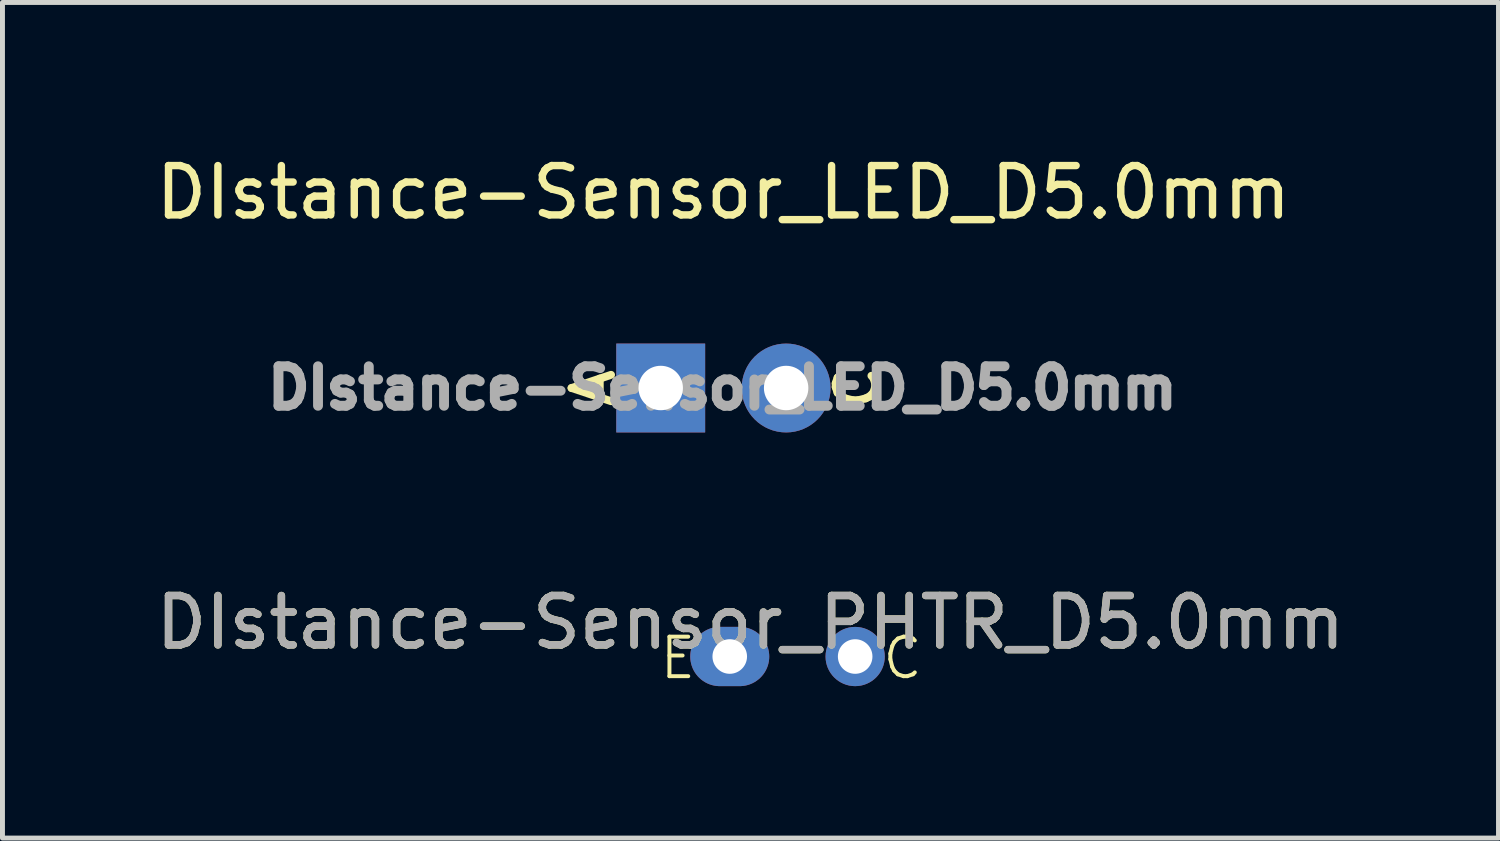
<source format=kicad_pcb>
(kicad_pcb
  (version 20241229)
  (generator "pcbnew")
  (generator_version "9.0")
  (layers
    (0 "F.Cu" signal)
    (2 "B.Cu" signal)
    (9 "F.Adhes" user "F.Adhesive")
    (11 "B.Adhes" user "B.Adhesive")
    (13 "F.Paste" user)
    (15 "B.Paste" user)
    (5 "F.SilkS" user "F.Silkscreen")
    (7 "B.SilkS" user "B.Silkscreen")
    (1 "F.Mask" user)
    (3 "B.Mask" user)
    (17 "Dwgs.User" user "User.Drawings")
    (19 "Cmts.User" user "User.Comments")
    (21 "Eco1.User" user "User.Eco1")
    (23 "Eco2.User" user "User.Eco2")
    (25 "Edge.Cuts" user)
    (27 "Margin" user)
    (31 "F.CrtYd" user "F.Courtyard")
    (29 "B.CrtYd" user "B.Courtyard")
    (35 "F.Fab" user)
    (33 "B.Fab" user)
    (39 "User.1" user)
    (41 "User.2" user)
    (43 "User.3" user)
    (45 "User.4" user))
  (footprint "DIstance-Sensor_PHTR_D5.0mm"
    (layer "F.Cu")
    (at 11.729 10.246)
    (property "Reference" "DIstance-Sensor_PHTR_D5.0mm" (at 0.42 -0.69 0) (layer "F.SilkS") (effects (font (size 1 1) (thickness 0.15))))
    (attr through_hole)
    (fp_text user "C" (at 3.5 0.5 0) (unlocked yes) (layer "F.SilkS") (effects (font (size 0.8 0.8) (thickness 0.08)) (justify bottom)))
    (fp_text user "E" (at -1.05 0.5 0) (unlocked yes) (layer "F.SilkS") (effects (font (size 0.8 0.8) (thickness 0.08)) (justify bottom)))
    (fp_text user "${REFERENCE}" (at 0.42 -0.69 0) (layer "F.Fab") (effects (font (size 1 1) (thickness 0.15))))
    (pad "1" thru_hole oval (at 0 0) (size 1.6 1.2) (drill 0.7) (layers "*.Cu" "*.Mask"))
    (pad "2" thru_hole oval (at 2.54 0) (size 1.2 1.2) (drill 0.7) (layers "*.Cu" "*.Mask")))
  (footprint "DIstance-Sensor_LED_D5.0mm"
    (layer "F.Cu")
    (at 10.331 4.808)
    (property "Reference" "DIstance-Sensor_LED_D5.0mm" (at 1.27 -3.96 0) (layer "F.SilkS") (effects (font (size 1 1) (thickness 0.15))))
    (attr through_hole)
    (fp_text user "C" (at 4.45 0 90) (unlocked yes) (layer "F.SilkS") (effects (font (size 0.8 0.8) (thickness 0.16) (bold yes)) (justify bottom)))
    (fp_text user "A" (at -0.9 0 90) (unlocked yes) (layer "F.SilkS") (effects (font (size 0.8 0.8) (thickness 0.16) (bold yes)) (justify bottom)))
    (fp_text user "${REFERENCE}" (at 1.25 0 0) (layer "F.Fab") (effects (font (size 0.8 0.8) (thickness 0.2))))
    (pad "1" thru_hole rect (at 0 0) (size 1.8 1.8) (drill 0.9) (layers "*.Cu" "*.Mask"))
    (pad "2" thru_hole circle (at 2.54 0) (size 1.8 1.8) (drill 0.9) (layers "*.Cu" "*.Mask")))
  (gr_rect
    (start -3 -3)
    (end 27.298 13.923)
    (stroke (width 0.1) (type default))
    (fill no)
    (layer "Edge.Cuts")))
</source>
